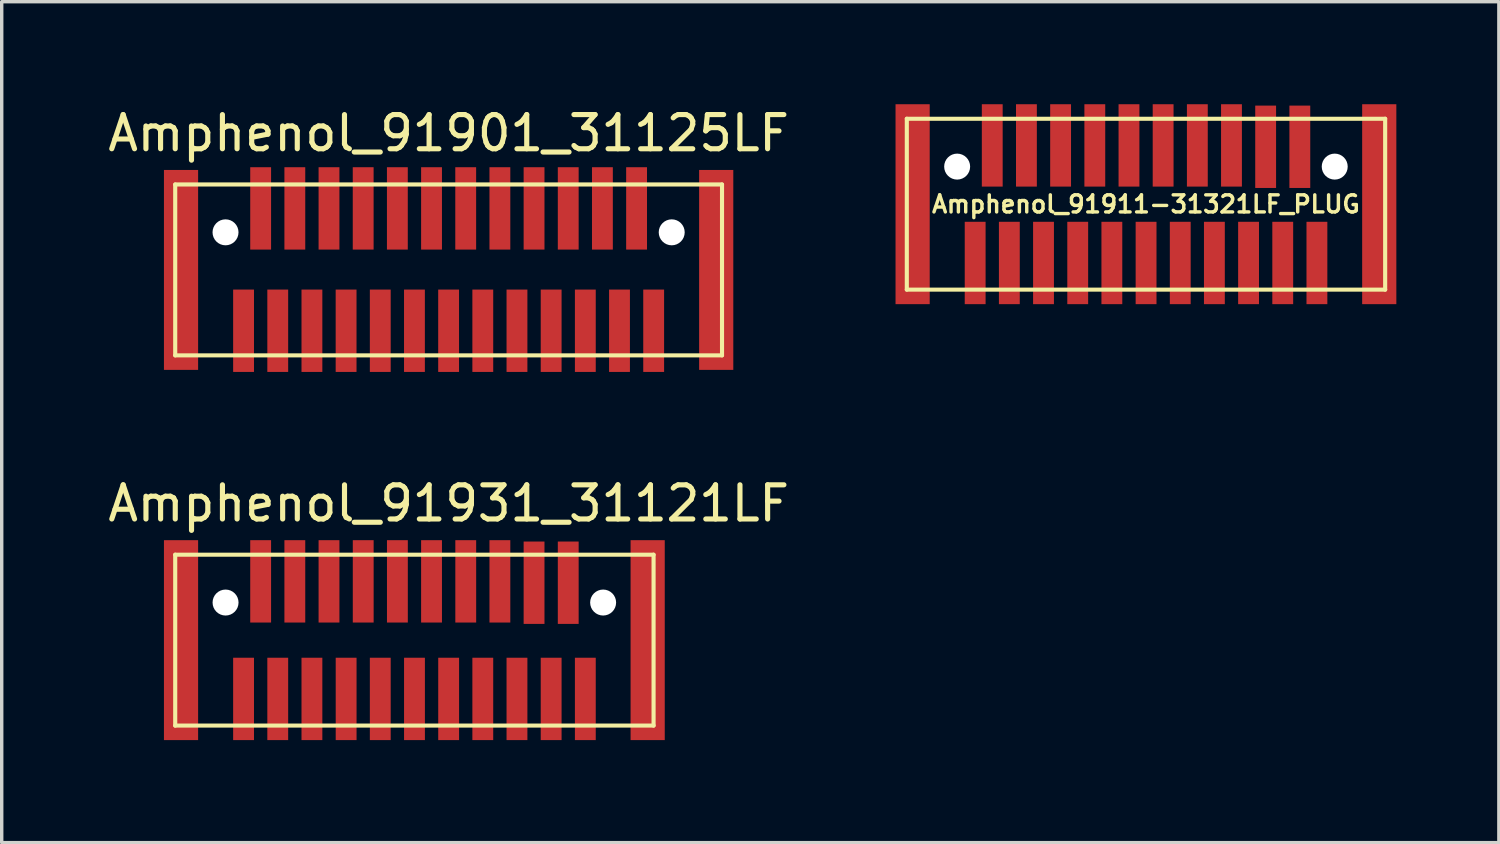
<source format=kicad_pcb>
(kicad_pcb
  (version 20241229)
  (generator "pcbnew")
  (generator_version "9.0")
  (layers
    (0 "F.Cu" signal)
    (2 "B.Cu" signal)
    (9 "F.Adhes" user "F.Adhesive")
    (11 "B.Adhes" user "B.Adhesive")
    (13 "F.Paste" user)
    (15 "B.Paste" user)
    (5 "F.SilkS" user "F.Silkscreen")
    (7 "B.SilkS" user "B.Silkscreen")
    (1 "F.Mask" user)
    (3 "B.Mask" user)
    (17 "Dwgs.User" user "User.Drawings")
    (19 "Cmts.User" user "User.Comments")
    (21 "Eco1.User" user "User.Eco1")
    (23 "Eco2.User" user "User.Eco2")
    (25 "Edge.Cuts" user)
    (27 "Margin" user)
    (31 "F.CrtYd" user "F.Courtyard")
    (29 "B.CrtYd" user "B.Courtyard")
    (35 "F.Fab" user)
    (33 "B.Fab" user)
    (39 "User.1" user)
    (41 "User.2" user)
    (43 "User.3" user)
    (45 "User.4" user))
  (footprint "Amphenol_91901_31125LF"
    (layer "F.Cu")
    (at 10.077 4.848)
    (property "Reference" "Amphenol_91901_31125LF" (at 0 -4 0) (layer "F.SilkS") (effects (font (size 1 1) (thickness 0.15))))
    (attr through_hole)
    (fp_line (start -8 -2.5) (end -8 2.5) (stroke (width 0.12) (type solid)) (layer "F.SilkS"))
    (fp_line (start -8 2.5) (end 8 2.5) (stroke (width 0.12) (type solid)) (layer "F.SilkS"))
    (fp_line (start 8 -2.5) (end -8 -2.5) (stroke (width 0.12) (type solid)) (layer "F.SilkS"))
    (fp_line (start 8 2.5) (end 8 -2.5) (stroke (width 0.12) (type solid)) (layer "F.SilkS"))
    (pad "" smd rect (at -7.83 0) (size 1 5.85) (layers "F.Cu" "F.Mask" "F.Paste"))
    (pad "" np_thru_hole circle (at -6.528 -1.1) (size 0.76 0.76) (drill 0.76) (layers "*.Cu" "*.Mask"))
    (pad "" np_thru_hole circle (at 6.528 -1.1) (size 0.76 0.76) (drill 0.76) (layers "*.Cu" "*.Mask"))
    (pad "" smd rect (at 7.83 0) (size 1 5.85) (layers "F.Cu" "F.Mask" "F.Paste"))
    (pad "1" smd rect (at 6 1.78 180) (size 0.61 2.41) (layers "F.Cu" "F.Mask" "F.Paste"))
    (pad "2" smd rect (at 5 1.78 180) (size 0.61 2.41) (layers "F.Cu" "F.Mask" "F.Paste"))
    (pad "3" smd rect (at 4 1.78 180) (size 0.61 2.41) (layers "F.Cu" "F.Mask" "F.Paste"))
    (pad "4" smd rect (at 3 1.78 180) (size 0.61 2.41) (layers "F.Cu" "F.Mask" "F.Paste"))
    (pad "5" smd rect (at 2 1.78 180) (size 0.61 2.41) (layers "F.Cu" "F.Mask" "F.Paste"))
    (pad "6" smd rect (at 1 1.78 180) (size 0.61 2.41) (layers "F.Cu" "F.Mask" "F.Paste"))
    (pad "7" smd rect (at 0 1.78 180) (size 0.61 2.41) (layers "F.Cu" "F.Mask" "F.Paste"))
    (pad "8" smd rect (at -1 1.78 180) (size 0.61 2.41) (layers "F.Cu" "F.Mask" "F.Paste"))
    (pad "9" smd rect (at -2 1.78 180) (size 0.61 2.41) (layers "F.Cu" "F.Mask" "F.Paste"))
    (pad "10" smd rect (at -3 1.78 180) (size 0.61 2.41) (layers "F.Cu" "F.Mask" "F.Paste"))
    (pad "11" smd rect (at -4 1.78 180) (size 0.61 2.41) (layers "F.Cu" "F.Mask" "F.Paste"))
    (pad "12" smd rect (at -5 1.78 180) (size 0.61 2.41) (layers "F.Cu" "F.Mask" "F.Paste"))
    (pad "13" smd rect (at -6 1.78 180) (size 0.61 2.41) (layers "F.Cu" "F.Mask" "F.Paste"))
    (pad "14" smd rect (at -5.5 -1.8 180) (size 0.61 2.41) (layers "F.Cu" "F.Mask" "F.Paste"))
    (pad "15" smd rect (at -4.5 -1.8 180) (size 0.61 2.41) (layers "F.Cu" "F.Mask" "F.Paste"))
    (pad "16" smd rect (at -3.5 -1.8 180) (size 0.61 2.41) (layers "F.Cu" "F.Mask" "F.Paste"))
    (pad "17" smd rect (at -2.5 -1.8 180) (size 0.61 2.41) (layers "F.Cu" "F.Mask" "F.Paste"))
    (pad "18" smd rect (at -1.5 -1.8 180) (size 0.61 2.41) (layers "F.Cu" "F.Mask" "F.Paste"))
    (pad "19" smd rect (at -0.5 -1.8 180) (size 0.61 2.41) (layers "F.Cu" "F.Mask" "F.Paste"))
    (pad "20" smd rect (at 0.5 -1.8 180) (size 0.61 2.41) (layers "F.Cu" "F.Mask" "F.Paste"))
    (pad "21" smd rect (at 1.5 -1.8 180) (size 0.61 2.41) (layers "F.Cu" "F.Mask" "F.Paste"))
    (pad "22" smd rect (at 2.5 -1.8 180) (size 0.61 2.41) (layers "F.Cu" "F.Mask" "F.Paste"))
    (pad "23" smd rect (at 3.5 -1.8 180) (size 0.61 2.41) (layers "F.Cu" "F.Mask" "F.Paste"))
    (pad "24" smd rect (at 4.5 -1.8 180) (size 0.61 2.41) (layers "F.Cu" "F.Mask" "F.Paste"))
    (pad "25" smd rect (at 5.5 -1.8 180) (size 0.61 2.41) (layers "F.Cu" "F.Mask" "F.Paste")))
  (footprint "Amphenol_91911-31321LF_PLUG"
    (layer "F.Cu")
    (at 30.481 2.925)
    (property "Reference" "Amphenol_91911-31321LF_PLUG" (at 0 0 0) (layer "F.SilkS") (effects (font (size 0.5 0.5) (thickness 0.1))))
    (attr through_hole)
    (fp_line (start -6.997 -2.5) (end -6.997 2.5) (stroke (width 0.12) (type solid)) (layer "F.SilkS"))
    (fp_line (start -6.997 2.5) (end 7 2.5) (stroke (width 0.12) (type solid)) (layer "F.SilkS"))
    (fp_line (start 7 -2.5) (end -6.997 -2.5) (stroke (width 0.12) (type solid)) (layer "F.SilkS"))
    (fp_line (start 7 2.5) (end 7 -2.5) (stroke (width 0.12) (type solid)) (layer "F.SilkS"))
    (pad "" smd rect (at -6.827 0) (size 1 5.85) (layers "F.Cu" "F.Mask" "F.Paste"))
    (pad "" np_thru_hole circle (at -5.524 -1.1) (size 0.76 0.76) (drill 0.76) (layers "*.Cu" "*.Mask"))
    (pad "" np_thru_hole circle (at 5.524 -1.1) (size 0.76 0.76) (drill 0.76) (layers "*.Cu" "*.Mask"))
    (pad "" smd rect (at 6.827 0) (size 1 5.85) (layers "F.Cu" "F.Mask" "F.Paste"))
    (pad "1" smd rect (at 5.003 1.72) (size 0.61 2.41) (layers "F.Cu" "F.Mask" "F.Paste"))
    (pad "2" smd rect (at 4.003 1.72) (size 0.61 2.41) (layers "F.Cu" "F.Mask" "F.Paste"))
    (pad "3" smd rect (at 3.003 1.72) (size 0.61 2.41) (layers "F.Cu" "F.Mask" "F.Paste"))
    (pad "4" smd rect (at 2.003 1.72) (size 0.61 2.41) (layers "F.Cu" "F.Mask" "F.Paste"))
    (pad "5" smd rect (at 1.004 1.72) (size 0.61 2.41) (layers "F.Cu" "F.Mask" "F.Paste"))
    (pad "6" smd rect (at 0.004 1.72) (size 0.61 2.41) (layers "F.Cu" "F.Mask" "F.Paste"))
    (pad "7" smd rect (at -0.997 1.72) (size 0.61 2.41) (layers "F.Cu" "F.Mask" "F.Paste"))
    (pad "8" smd rect (at -1.996 1.72) (size 0.61 2.41) (layers "F.Cu" "F.Mask" "F.Paste"))
    (pad "9" smd rect (at -2.997 1.72) (size 0.61 2.41) (layers "F.Cu" "F.Mask" "F.Paste"))
    (pad "10" smd rect (at -3.997 1.72) (size 0.61 2.41) (layers "F.Cu" "F.Mask" "F.Paste"))
    (pad "11" smd rect (at -4.997 1.72) (size 0.61 2.41) (layers "F.Cu" "F.Mask" "F.Paste"))
    (pad "12" smd rect (at -4.497 -1.72) (size 0.61 2.41) (layers "F.Cu" "F.Mask" "F.Paste"))
    (pad "13" smd rect (at -3.497 -1.72) (size 0.61 2.41) (layers "F.Cu" "F.Mask" "F.Paste"))
    (pad "14" smd rect (at -2.497 -1.72) (size 0.61 2.41) (layers "F.Cu" "F.Mask" "F.Paste"))
    (pad "15" smd rect (at -1.496 -1.72) (size 0.61 2.41) (layers "F.Cu" "F.Mask" "F.Paste"))
    (pad "16" smd rect (at -0.496 -1.72) (size 0.61 2.41) (layers "F.Cu" "F.Mask" "F.Paste"))
    (pad "17" smd rect (at 0.503 -1.72) (size 0.61 2.41) (layers "F.Cu" "F.Mask" "F.Paste"))
    (pad "18" smd rect (at 1.504 -1.72) (size 0.61 2.41) (layers "F.Cu" "F.Mask" "F.Paste"))
    (pad "19" smd rect (at 2.503 -1.72) (size 0.61 2.41) (layers "F.Cu" "F.Mask" "F.Paste"))
    (pad "20" smd rect (at 3.503 -1.68) (size 0.61 2.41) (layers "F.Cu" "F.Mask" "F.Paste"))
    (pad "21" smd rect (at 4.503 -1.68) (size 0.61 2.41) (layers "F.Cu" "F.Mask" "F.Paste")))
  (footprint "Amphenol_91931_31121LF"
    (layer "F.Cu")
    (at 9.074 15.681)
    (property "Reference" "Amphenol_91931_31121LF" (at 1.004 -4 0) (layer "F.SilkS") (effects (font (size 1 1) (thickness 0.15))))
    (attr through_hole)
    (fp_line (start -6.997 -2.5) (end -6.997 2.5) (stroke (width 0.12) (type solid)) (layer "F.SilkS"))
    (fp_line (start -6.997 2.5) (end 7 2.5) (stroke (width 0.12) (type solid)) (layer "F.SilkS"))
    (fp_line (start 7 -2.5) (end -6.997 -2.5) (stroke (width 0.12) (type solid)) (layer "F.SilkS"))
    (fp_line (start 7 2.5) (end 7 -2.5) (stroke (width 0.12) (type solid)) (layer "F.SilkS"))
    (pad "" smd rect (at -6.827 0) (size 1 5.85) (layers "F.Cu" "F.Mask" "F.Paste"))
    (pad "" np_thru_hole circle (at -5.524 -1.1) (size 0.76 0.76) (drill 0.76) (layers "*.Cu" "*.Mask"))
    (pad "" np_thru_hole circle (at 5.524 -1.1) (size 0.76 0.76) (drill 0.76) (layers "*.Cu" "*.Mask"))
    (pad "" smd rect (at 6.827 0) (size 1 5.85) (layers "F.Cu" "F.Mask" "F.Paste"))
    (pad "1" smd rect (at -4.997 1.72) (size 0.61 2.41) (layers "F.Cu" "F.Mask" "F.Paste"))
    (pad "2" smd rect (at -3.997 1.72) (size 0.61 2.41) (layers "F.Cu" "F.Mask" "F.Paste"))
    (pad "3" smd rect (at -2.997 1.72) (size 0.61 2.41) (layers "F.Cu" "F.Mask" "F.Paste"))
    (pad "4" smd rect (at -1.996 1.72) (size 0.61 2.41) (layers "F.Cu" "F.Mask" "F.Paste"))
    (pad "5" smd rect (at -0.997 1.72) (size 0.61 2.41) (layers "F.Cu" "F.Mask" "F.Paste"))
    (pad "6" smd rect (at 0.004 1.72) (size 0.61 2.41) (layers "F.Cu" "F.Mask" "F.Paste"))
    (pad "7" smd rect (at 1.004 1.72) (size 0.61 2.41) (layers "F.Cu" "F.Mask" "F.Paste"))
    (pad "8" smd rect (at 2.003 1.72) (size 0.61 2.41) (layers "F.Cu" "F.Mask" "F.Paste"))
    (pad "9" smd rect (at 3.003 1.72) (size 0.61 2.41) (layers "F.Cu" "F.Mask" "F.Paste"))
    (pad "10" smd rect (at 4.003 1.72) (size 0.61 2.41) (layers "F.Cu" "F.Mask" "F.Paste"))
    (pad "11" smd rect (at 5.003 1.72) (size 0.61 2.41) (layers "F.Cu" "F.Mask" "F.Paste"))
    (pad "12" smd rect (at 4.503 -1.68) (size 0.61 2.41) (layers "F.Cu" "F.Mask" "F.Paste"))
    (pad "13" smd rect (at 3.503 -1.68) (size 0.61 2.41) (layers "F.Cu" "F.Mask" "F.Paste"))
    (pad "14" smd rect (at 2.503 -1.72) (size 0.61 2.41) (layers "F.Cu" "F.Mask" "F.Paste"))
    (pad "15" smd rect (at 1.504 -1.72) (size 0.61 2.41) (layers "F.Cu" "F.Mask" "F.Paste"))
    (pad "16" smd rect (at 0.503 -1.72) (size 0.61 2.41) (layers "F.Cu" "F.Mask" "F.Paste"))
    (pad "17" smd rect (at -0.496 -1.72) (size 0.61 2.41) (layers "F.Cu" "F.Mask" "F.Paste"))
    (pad "18" smd rect (at -1.496 -1.72) (size 0.61 2.41) (layers "F.Cu" "F.Mask" "F.Paste"))
    (pad "19" smd rect (at -2.497 -1.72) (size 0.61 2.41) (layers "F.Cu" "F.Mask" "F.Paste"))
    (pad "20" smd rect (at -3.497 -1.72) (size 0.61 2.41) (layers "F.Cu" "F.Mask" "F.Paste"))
    (pad "21" smd rect (at -4.497 -1.72) (size 0.61 2.41) (layers "F.Cu" "F.Mask" "F.Paste")))
  (gr_rect
    (start -3 -3)
    (end 40.808 21.607)
    (stroke (width 0.1) (type default))
    (fill no)
    (layer "Edge.Cuts")))
</source>
